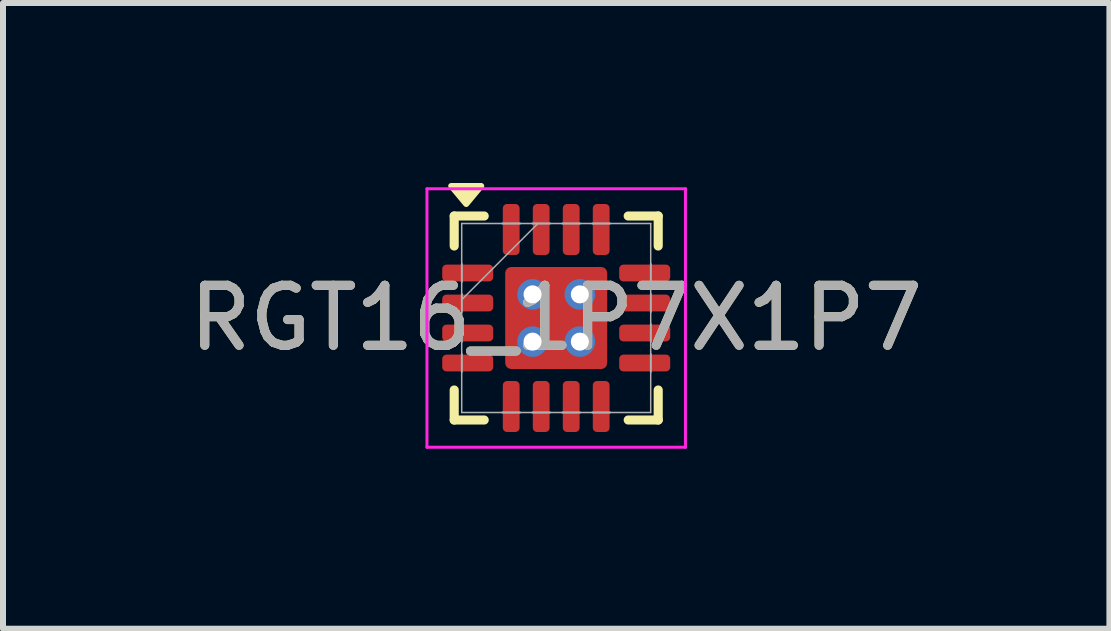
<source format=kicad_pcb>
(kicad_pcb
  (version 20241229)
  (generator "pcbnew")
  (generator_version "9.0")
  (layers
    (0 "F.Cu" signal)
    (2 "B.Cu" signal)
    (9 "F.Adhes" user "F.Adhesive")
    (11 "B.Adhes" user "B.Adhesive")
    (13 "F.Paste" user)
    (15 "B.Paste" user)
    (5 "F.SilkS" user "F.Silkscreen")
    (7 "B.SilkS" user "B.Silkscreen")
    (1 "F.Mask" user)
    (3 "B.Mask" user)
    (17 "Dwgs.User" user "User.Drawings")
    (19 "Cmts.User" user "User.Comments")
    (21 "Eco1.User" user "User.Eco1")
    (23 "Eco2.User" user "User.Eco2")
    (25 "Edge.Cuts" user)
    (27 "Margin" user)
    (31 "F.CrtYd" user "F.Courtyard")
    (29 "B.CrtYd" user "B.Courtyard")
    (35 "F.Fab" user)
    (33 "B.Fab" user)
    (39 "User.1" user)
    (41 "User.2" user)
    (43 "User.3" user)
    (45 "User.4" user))
  (footprint "RGT16_1P7X1P7"
    (layer "F.Cu")
    (at 6.22 2.25)
    (property "Reference" "RGT16_1P7X1P7" (at 0 0 0) (unlocked yes) (layer "F.SilkS") (effects (font (size 1 1) (thickness 0.15))))
    (attr smd)
    (fp_rect (start -0.8 -0.8) (end 0.8 0.8) (stroke (width 0.1) (type default)) (fill yes) (layer "F.Mask"))
    (fp_line (start -1.7 -1.7) (end -1.7 -1.2) (stroke (width 0.152) (type solid)) (layer "F.SilkS"))
    (fp_line (start -1.7 1.7) (end -1.7 1.2) (stroke (width 0.152) (type solid)) (layer "F.SilkS"))
    (fp_line (start -1.2 -1.7) (end -1.7 -1.7) (stroke (width 0.152) (type solid)) (layer "F.SilkS"))
    (fp_line (start -1.2 1.7) (end -1.7 1.7) (stroke (width 0.152) (type solid)) (layer "F.SilkS"))
    (fp_line (start 1.2 -1.7) (end 1.7 -1.7) (stroke (width 0.152) (type solid)) (layer "F.SilkS"))
    (fp_line (start 1.2 1.7) (end 1.7 1.7) (stroke (width 0.152) (type solid)) (layer "F.SilkS"))
    (fp_line (start 1.7 -1.7) (end 1.7 -1.2) (stroke (width 0.152) (type solid)) (layer "F.SilkS"))
    (fp_line (start 1.7 1.7) (end 1.7 1.2) (stroke (width 0.152) (type solid)) (layer "F.SilkS"))
    (fp_poly (pts (xy -1.5 -1.9) (xy -1.75 -2.2) (xy -1.25 -2.2)) (stroke (width 0.1) (type solid)) (fill yes) (layer "F.SilkS"))
    (fp_poly (pts (xy -1.875 -0.865) (xy -1.875 -0.635) (xy -1.075 -0.635) (xy -1.075 -0.865)) (stroke (width 0) (type solid)) (fill yes) (layer "F.Paste"))
    (fp_poly (pts (xy -1.875 -0.365) (xy -1.875 -0.135) (xy -1.075 -0.135) (xy -1.075 -0.365)) (stroke (width 0) (type solid)) (fill yes) (layer "F.Paste"))
    (fp_poly (pts (xy -1.875 0.135) (xy -1.875 0.365) (xy -1.075 0.365) (xy -1.075 0.135)) (stroke (width 0) (type solid)) (fill yes) (layer "F.Paste"))
    (fp_poly (pts (xy -1.875 0.635) (xy -1.875 0.865) (xy -1.075 0.865) (xy -1.075 0.635)) (stroke (width 0) (type solid)) (fill yes) (layer "F.Paste"))
    (fp_poly (pts (xy -0.865 -1.875) (xy -0.865 -1.075) (xy -0.635 -1.075) (xy -0.635 -1.875)) (stroke (width 0) (type solid)) (fill yes) (layer "F.Paste"))
    (fp_poly (pts (xy -0.865 1.075) (xy -0.865 1.875) (xy -0.635 1.875) (xy -0.635 1.075)) (stroke (width 0) (type solid)) (fill yes) (layer "F.Paste"))
    (fp_poly (pts (xy -0.365 -1.875) (xy -0.365 -1.075) (xy -0.135 -1.075) (xy -0.135 -1.875)) (stroke (width 0) (type solid)) (fill yes) (layer "F.Paste"))
    (fp_poly (pts (xy -0.365 1.075) (xy -0.365 1.875) (xy -0.135 1.875) (xy -0.135 1.075)) (stroke (width 0) (type solid)) (fill yes) (layer "F.Paste"))
    (fp_poly (pts (xy 0.135 -1.875) (xy 0.135 -1.075) (xy 0.365 -1.075) (xy 0.365 -1.875)) (stroke (width 0) (type solid)) (fill yes) (layer "F.Paste"))
    (fp_poly (pts (xy 0.135 1.075) (xy 0.135 1.875) (xy 0.365 1.875) (xy 0.365 1.075)) (stroke (width 0) (type solid)) (fill yes) (layer "F.Paste"))
    (fp_poly (pts (xy 0.635 -1.875) (xy 0.635 -1.075) (xy 0.865 -1.075) (xy 0.865 -1.875)) (stroke (width 0) (type solid)) (fill yes) (layer "F.Paste"))
    (fp_poly (pts (xy 0.635 1.075) (xy 0.635 1.875) (xy 0.865 1.875) (xy 0.865 1.075)) (stroke (width 0) (type solid)) (fill yes) (layer "F.Paste"))
    (fp_poly (pts (xy 1.075 -0.865) (xy 1.075 -0.635) (xy 1.875 -0.635) (xy 1.875 -0.865)) (stroke (width 0) (type solid)) (fill yes) (layer "F.Paste"))
    (fp_poly (pts (xy 1.075 -0.365) (xy 1.075 -0.135) (xy 1.875 -0.135) (xy 1.875 -0.365)) (stroke (width 0) (type solid)) (fill yes) (layer "F.Paste"))
    (fp_poly (pts (xy 1.075 0.135) (xy 1.075 0.365) (xy 1.875 0.365) (xy 1.875 0.135)) (stroke (width 0) (type solid)) (fill yes) (layer "F.Paste"))
    (fp_poly (pts (xy 1.075 0.635) (xy 1.075 0.865) (xy 1.875 0.865) (xy 1.875 0.635)) (stroke (width 0) (type solid)) (fill yes) (layer "F.Paste"))
    (fp_poly (pts (xy -0.775 -0.775) (xy -0.775 -0.494) (xy -0.635 -0.494) (xy -0.494 -0.635) (xy -0.494 -0.775)) (stroke (width 0) (type solid)) (fill yes) (layer "F.Paste"))
    (fp_poly (pts (xy -0.775 0.494) (xy -0.775 0.775) (xy -0.494 0.775) (xy -0.494 0.635) (xy -0.635 0.494)) (stroke (width 0) (type solid)) (fill yes) (layer "F.Paste"))
    (fp_poly (pts (xy 0.494 -0.775) (xy 0.494 -0.635) (xy 0.635 -0.494) (xy 0.775 -0.494) (xy 0.775 -0.775)) (stroke (width 0) (type solid)) (fill yes) (layer "F.Paste"))
    (fp_poly (pts (xy 0.635 0.494) (xy 0.494 0.635) (xy 0.494 0.775) (xy 0.775 0.775) (xy 0.775 0.494)) (stroke (width 0) (type solid)) (fill yes) (layer "F.Paste"))
    (fp_poly (pts (xy -0.775 -0.294) (xy -0.775 0.294) (xy -0.635 0.294) (xy -0.494 0.152) (xy -0.494 -0.152) (xy -0.635 -0.294)) (stroke (width 0) (type solid)) (fill yes) (layer "F.Paste"))
    (fp_poly (pts (xy -0.294 -0.775) (xy -0.294 -0.635) (xy -0.152 -0.494) (xy 0.152 -0.494) (xy 0.294 -0.635) (xy 0.294 -0.775)) (stroke (width 0) (type solid)) (fill yes) (layer "F.Paste"))
    (fp_poly (pts (xy -0.152 0.494) (xy -0.294 0.635) (xy -0.294 0.775) (xy 0.294 0.775) (xy 0.294 0.635) (xy 0.152 0.494)) (stroke (width 0) (type solid)) (fill yes) (layer "F.Paste"))
    (fp_poly (pts (xy 0.635 -0.294) (xy 0.494 -0.152) (xy 0.494 0.152) (xy 0.635 0.294) (xy 0.775 0.294) (xy 0.775 -0.294)) (stroke (width 0) (type solid)) (fill yes) (layer "F.Paste"))
    (fp_poly (pts (xy -0.152 -0.294) (xy -0.294 -0.152) (xy -0.294 0.152) (xy -0.152 0.294) (xy 0.152 0.294) (xy 0.294 0.152) (xy 0.294 -0.152) (xy 0.152 -0.294)) (stroke (width 0) (type solid)) (fill yes) (layer "F.Paste"))
    (fp_line (start -2.154 -2.154) (end 2.154 -2.154) (stroke (width 0.05) (type solid)) (layer "F.CrtYd"))
    (fp_line (start -2.154 2.154) (end -2.154 -2.154) (stroke (width 0.05) (type solid)) (layer "F.CrtYd"))
    (fp_line (start 2.154 -2.154) (end 2.154 2.154) (stroke (width 0.05) (type solid)) (layer "F.CrtYd"))
    (fp_line (start 2.154 2.154) (end -2.154 2.154) (stroke (width 0.05) (type solid)) (layer "F.CrtYd"))
    (fp_line (start -1.575 -1.575) (end -1.575 1.575) (stroke (width 0.025) (type solid)) (layer "F.Fab"))
    (fp_line (start -1.575 -0.9) (end -1.575 -0.9) (stroke (width 0.025) (type solid)) (layer "F.Fab"))
    (fp_line (start -1.575 -0.9) (end -1.575 -0.6) (stroke (width 0.025) (type solid)) (layer "F.Fab"))
    (fp_line (start -1.575 -0.6) (end -1.575 -0.9) (stroke (width 0.025) (type solid)) (layer "F.Fab"))
    (fp_line (start -1.575 -0.6) (end -1.575 -0.6) (stroke (width 0.025) (type solid)) (layer "F.Fab"))
    (fp_line (start -1.575 -0.4) (end -1.575 -0.4) (stroke (width 0.025) (type solid)) (layer "F.Fab"))
    (fp_line (start -1.575 -0.4) (end -1.575 -0.1) (stroke (width 0.025) (type solid)) (layer "F.Fab"))
    (fp_line (start -1.575 -0.305) (end -0.305 -1.575) (stroke (width 0.025) (type solid)) (layer "F.Fab"))
    (fp_line (start -1.575 -0.1) (end -1.575 -0.4) (stroke (width 0.025) (type solid)) (layer "F.Fab"))
    (fp_line (start -1.575 -0.1) (end -1.575 -0.1) (stroke (width 0.025) (type solid)) (layer "F.Fab"))
    (fp_line (start -1.575 0.1) (end -1.575 0.1) (stroke (width 0.025) (type solid)) (layer "F.Fab"))
    (fp_line (start -1.575 0.1) (end -1.575 0.4) (stroke (width 0.025) (type solid)) (layer "F.Fab"))
    (fp_line (start -1.575 0.4) (end -1.575 0.1) (stroke (width 0.025) (type solid)) (layer "F.Fab"))
    (fp_line (start -1.575 0.4) (end -1.575 0.4) (stroke (width 0.025) (type solid)) (layer "F.Fab"))
    (fp_line (start -1.575 0.6) (end -1.575 0.6) (stroke (width 0.025) (type solid)) (layer "F.Fab"))
    (fp_line (start -1.575 0.6) (end -1.575 0.9) (stroke (width 0.025) (type solid)) (layer "F.Fab"))
    (fp_line (start -1.575 0.9) (end -1.575 0.6) (stroke (width 0.025) (type solid)) (layer "F.Fab"))
    (fp_line (start -1.575 0.9) (end -1.575 0.9) (stroke (width 0.025) (type solid)) (layer "F.Fab"))
    (fp_line (start -1.575 1.575) (end 1.575 1.575) (stroke (width 0.025) (type solid)) (layer "F.Fab"))
    (fp_line (start -0.9 -1.575) (end -0.9 -1.575) (stroke (width 0.025) (type solid)) (layer "F.Fab"))
    (fp_line (start -0.9 -1.575) (end -0.6 -1.575) (stroke (width 0.025) (type solid)) (layer "F.Fab"))
    (fp_line (start -0.9 1.575) (end -0.9 1.575) (stroke (width 0.025) (type solid)) (layer "F.Fab"))
    (fp_line (start -0.9 1.575) (end -0.6 1.575) (stroke (width 0.025) (type solid)) (layer "F.Fab"))
    (fp_line (start -0.6 -1.575) (end -0.9 -1.575) (stroke (width 0.025) (type solid)) (layer "F.Fab"))
    (fp_line (start -0.6 -1.575) (end -0.6 -1.575) (stroke (width 0.025) (type solid)) (layer "F.Fab"))
    (fp_line (start -0.6 1.575) (end -0.9 1.575) (stroke (width 0.025) (type solid)) (layer "F.Fab"))
    (fp_line (start -0.6 1.575) (end -0.6 1.575) (stroke (width 0.025) (type solid)) (layer "F.Fab"))
    (fp_line (start -0.4 -1.575) (end -0.4 -1.575) (stroke (width 0.025) (type solid)) (layer "F.Fab"))
    (fp_line (start -0.4 -1.575) (end -0.1 -1.575) (stroke (width 0.025) (type solid)) (layer "F.Fab"))
    (fp_line (start -0.4 1.575) (end -0.4 1.575) (stroke (width 0.025) (type solid)) (layer "F.Fab"))
    (fp_line (start -0.4 1.575) (end -0.1 1.575) (stroke (width 0.025) (type solid)) (layer "F.Fab"))
    (fp_line (start -0.1 -1.575) (end -0.4 -1.575) (stroke (width 0.025) (type solid)) (layer "F.Fab"))
    (fp_line (start -0.1 -1.575) (end -0.1 -1.575) (stroke (width 0.025) (type solid)) (layer "F.Fab"))
    (fp_line (start -0.1 1.575) (end -0.4 1.575) (stroke (width 0.025) (type solid)) (layer "F.Fab"))
    (fp_line (start -0.1 1.575) (end -0.1 1.575) (stroke (width 0.025) (type solid)) (layer "F.Fab"))
    (fp_line (start 0.1 -1.575) (end 0.1 -1.575) (stroke (width 0.025) (type solid)) (layer "F.Fab"))
    (fp_line (start 0.1 -1.575) (end 0.4 -1.575) (stroke (width 0.025) (type solid)) (layer "F.Fab"))
    (fp_line (start 0.1 1.575) (end 0.1 1.575) (stroke (width 0.025) (type solid)) (layer "F.Fab"))
    (fp_line (start 0.1 1.575) (end 0.4 1.575) (stroke (width 0.025) (type solid)) (layer "F.Fab"))
    (fp_line (start 0.4 -1.575) (end 0.1 -1.575) (stroke (width 0.025) (type solid)) (layer "F.Fab"))
    (fp_line (start 0.4 -1.575) (end 0.4 -1.575) (stroke (width 0.025) (type solid)) (layer "F.Fab"))
    (fp_line (start 0.4 1.575) (end 0.1 1.575) (stroke (width 0.025) (type solid)) (layer "F.Fab"))
    (fp_line (start 0.4 1.575) (end 0.4 1.575) (stroke (width 0.025) (type solid)) (layer "F.Fab"))
    (fp_line (start 0.6 -1.575) (end 0.6 -1.575) (stroke (width 0.025) (type solid)) (layer "F.Fab"))
    (fp_line (start 0.6 -1.575) (end 0.9 -1.575) (stroke (width 0.025) (type solid)) (layer "F.Fab"))
    (fp_line (start 0.6 1.575) (end 0.6 1.575) (stroke (width 0.025) (type solid)) (layer "F.Fab"))
    (fp_line (start 0.6 1.575) (end 0.9 1.575) (stroke (width 0.025) (type solid)) (layer "F.Fab"))
    (fp_line (start 0.9 -1.575) (end 0.6 -1.575) (stroke (width 0.025) (type solid)) (layer "F.Fab"))
    (fp_line (start 0.9 -1.575) (end 0.9 -1.575) (stroke (width 0.025) (type solid)) (layer "F.Fab"))
    (fp_line (start 0.9 1.575) (end 0.6 1.575) (stroke (width 0.025) (type solid)) (layer "F.Fab"))
    (fp_line (start 0.9 1.575) (end 0.9 1.575) (stroke (width 0.025) (type solid)) (layer "F.Fab"))
    (fp_line (start 1.575 -1.575) (end -1.575 -1.575) (stroke (width 0.025) (type solid)) (layer "F.Fab"))
    (fp_line (start 1.575 -0.9) (end 1.575 -0.9) (stroke (width 0.025) (type solid)) (layer "F.Fab"))
    (fp_line (start 1.575 -0.9) (end 1.575 -0.6) (stroke (width 0.025) (type solid)) (layer "F.Fab"))
    (fp_line (start 1.575 -0.6) (end 1.575 -0.9) (stroke (width 0.025) (type solid)) (layer "F.Fab"))
    (fp_line (start 1.575 -0.6) (end 1.575 -0.6) (stroke (width 0.025) (type solid)) (layer "F.Fab"))
    (fp_line (start 1.575 -0.4) (end 1.575 -0.4) (stroke (width 0.025) (type solid)) (layer "F.Fab"))
    (fp_line (start 1.575 -0.4) (end 1.575 -0.1) (stroke (width 0.025) (type solid)) (layer "F.Fab"))
    (fp_line (start 1.575 -0.1) (end 1.575 -0.4) (stroke (width 0.025) (type solid)) (layer "F.Fab"))
    (fp_line (start 1.575 -0.1) (end 1.575 -0.1) (stroke (width 0.025) (type solid)) (layer "F.Fab"))
    (fp_line (start 1.575 0.1) (end 1.575 0.1) (stroke (width 0.025) (type solid)) (layer "F.Fab"))
    (fp_line (start 1.575 0.1) (end 1.575 0.4) (stroke (width 0.025) (type solid)) (layer "F.Fab"))
    (fp_line (start 1.575 0.4) (end 1.575 0.1) (stroke (width 0.025) (type solid)) (layer "F.Fab"))
    (fp_line (start 1.575 0.4) (end 1.575 0.4) (stroke (width 0.025) (type solid)) (layer "F.Fab"))
    (fp_line (start 1.575 0.6) (end 1.575 0.6) (stroke (width 0.025) (type solid)) (layer "F.Fab"))
    (fp_line (start 1.575 0.6) (end 1.575 0.9) (stroke (width 0.025) (type solid)) (layer "F.Fab"))
    (fp_line (start 1.575 0.9) (end 1.575 0.6) (stroke (width 0.025) (type solid)) (layer "F.Fab"))
    (fp_line (start 1.575 0.9) (end 1.575 0.9) (stroke (width 0.025) (type solid)) (layer "F.Fab"))
    (fp_line (start 1.575 1.575) (end 1.575 -1.575) (stroke (width 0.025) (type solid)) (layer "F.Fab"))
    (fp_text user "${REFERENCE}" (at 0 0 0) (unlocked yes) (layer "F.Fab") (effects (font (size 1 1) (thickness 0.15))))
    (pad "1" smd roundrect (at -1.475 -0.75 90) (size 0.28 0.85) (layers "F.Cu" "F.Mask") (roundrect_rratio 0.25))
    (pad "2" smd roundrect (at -1.475 -0.25 90) (size 0.28 0.85) (layers "F.Cu" "F.Mask") (roundrect_rratio 0.25))
    (pad "3" smd roundrect (at -1.475 0.25 90) (size 0.28 0.85) (layers "F.Cu" "F.Mask") (roundrect_rratio 0.25))
    (pad "4" smd roundrect (at -1.475 0.75 90) (size 0.28 0.85) (layers "F.Cu" "F.Mask") (roundrect_rratio 0.25))
    (pad "5" smd roundrect (at -0.75 1.475) (size 0.28 0.85) (layers "F.Cu" "F.Mask") (roundrect_rratio 0.25))
    (pad "6" smd roundrect (at -0.25 1.475) (size 0.28 0.85) (layers "F.Cu" "F.Mask") (roundrect_rratio 0.25))
    (pad "7" smd roundrect (at 0.25 1.475) (size 0.28 0.85) (layers "F.Cu" "F.Mask") (roundrect_rratio 0.25))
    (pad "8" smd roundrect (at 0.75 1.475) (size 0.28 0.85) (layers "F.Cu" "F.Mask") (roundrect_rratio 0.25))
    (pad "9" smd roundrect (at 1.475 0.75 90) (size 0.28 0.85) (layers "F.Cu" "F.Mask") (roundrect_rratio 0.25))
    (pad "10" smd roundrect (at 1.475 0.25 90) (size 0.28 0.85) (layers "F.Cu" "F.Mask") (roundrect_rratio 0.25))
    (pad "11" smd roundrect (at 1.475 -0.25 90) (size 0.28 0.85) (layers "F.Cu" "F.Mask") (roundrect_rratio 0.25))
    (pad "12" smd roundrect (at 1.475 -0.75 90) (size 0.28 0.85) (layers "F.Cu" "F.Mask") (roundrect_rratio 0.25))
    (pad "13" smd roundrect (at 0.75 -1.475) (size 0.28 0.85) (layers "F.Cu" "F.Mask") (roundrect_rratio 0.25))
    (pad "14" smd roundrect (at 0.25 -1.475) (size 0.28 0.85) (layers "F.Cu" "F.Mask") (roundrect_rratio 0.25))
    (pad "15" smd roundrect (at -0.25 -1.475) (size 0.28 0.85) (layers "F.Cu" "F.Mask") (roundrect_rratio 0.25))
    (pad "16" smd roundrect (at -0.75 -1.475) (size 0.28 0.85) (layers "F.Cu" "F.Mask") (roundrect_rratio 0.25))
    (pad "17" thru_hole circle (at -0.394 -0.394) (size 0.508 0.508) (drill 0.3) (layers "*.Cu" "*.Mask"))
    (pad "17" thru_hole circle (at -0.394 0.394) (size 0.508 0.508) (drill 0.3) (layers "*.Cu" "*.Mask"))
    (pad "17" smd roundrect (at 0 0) (size 1.7 1.7) (layers "F.Cu") (roundrect_rratio 0.059))
    (pad "17" thru_hole circle (at 0.394 -0.394) (size 0.508 0.508) (drill 0.3) (layers "*.Cu" "*.Mask"))
    (pad "17" thru_hole circle (at 0.394 0.394) (size 0.508 0.508) (drill 0.3) (layers "*.Cu" "*.Mask")))
  (gr_rect
    (start -3 -3)
    (end 15.44 7.429)
    (stroke (width 0.1) (type default))
    (fill no)
    (layer "Edge.Cuts")))
</source>
